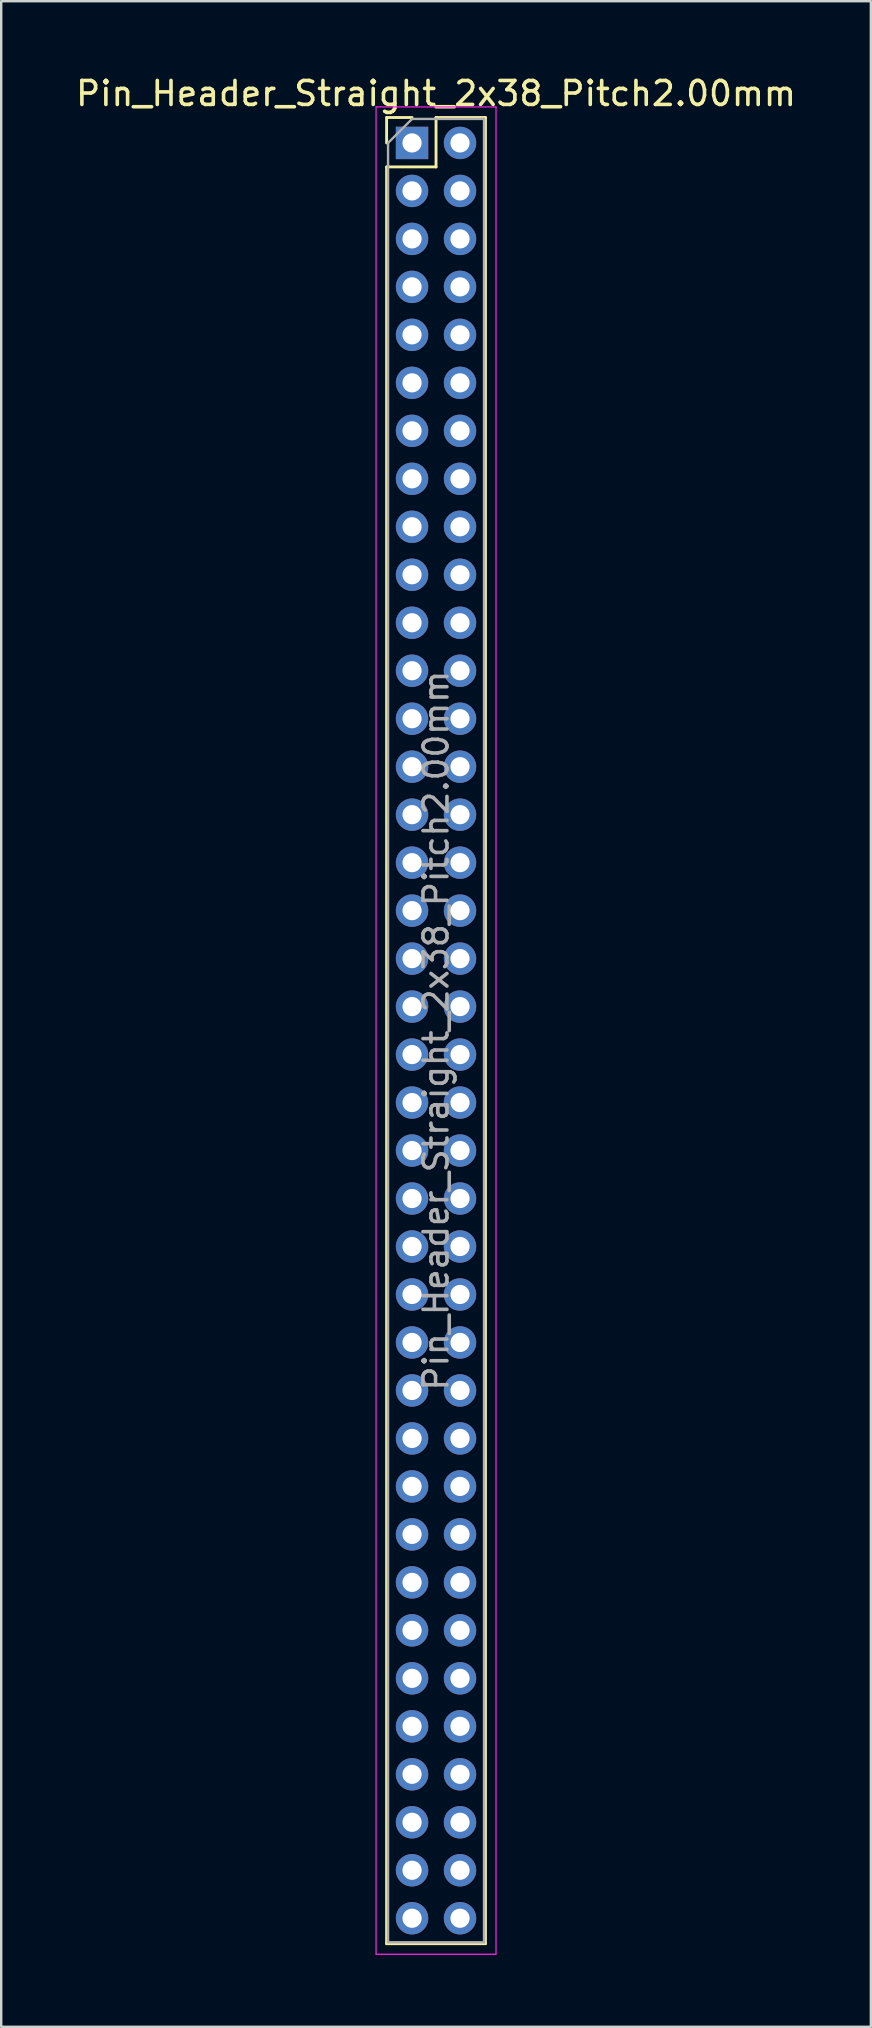
<source format=kicad_pcb>
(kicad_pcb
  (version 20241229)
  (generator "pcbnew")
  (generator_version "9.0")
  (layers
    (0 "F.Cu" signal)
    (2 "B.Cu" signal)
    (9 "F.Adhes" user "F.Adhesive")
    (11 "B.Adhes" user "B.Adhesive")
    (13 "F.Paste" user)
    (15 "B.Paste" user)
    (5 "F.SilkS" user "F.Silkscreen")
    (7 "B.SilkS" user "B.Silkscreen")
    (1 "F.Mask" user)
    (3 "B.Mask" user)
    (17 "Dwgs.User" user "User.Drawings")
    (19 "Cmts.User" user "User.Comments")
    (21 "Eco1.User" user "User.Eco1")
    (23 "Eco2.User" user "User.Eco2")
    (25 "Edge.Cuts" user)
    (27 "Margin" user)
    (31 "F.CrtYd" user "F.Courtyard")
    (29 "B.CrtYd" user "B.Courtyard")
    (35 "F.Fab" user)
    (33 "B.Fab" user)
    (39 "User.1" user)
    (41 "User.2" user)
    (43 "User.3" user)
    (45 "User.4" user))
  (footprint "Pin_Header_Straight_2x38_Pitch2.00mm"
    (layer "F.Cu")
    (at 14.125 2.908)
    (property "Reference" "Pin_Header_Straight_2x38_Pitch2.00mm" (at 1 -2.06 0) (layer "F.SilkS") (effects (font (size 1 1) (thickness 0.15))))
    (attr through_hole)
    (fp_line (start -1.06 -1.06) (end 0 -1.06) (stroke (width 0.12) (type solid)) (layer "F.SilkS"))
    (fp_line (start -1.06 0) (end -1.06 -1.06) (stroke (width 0.12) (type solid)) (layer "F.SilkS"))
    (fp_line (start -1.06 1) (end -1.06 75.06) (stroke (width 0.12) (type solid)) (layer "F.SilkS"))
    (fp_line (start -1.06 1) (end 1 1) (stroke (width 0.12) (type solid)) (layer "F.SilkS"))
    (fp_line (start -1.06 75.06) (end 3.06 75.06) (stroke (width 0.12) (type solid)) (layer "F.SilkS"))
    (fp_line (start 1 -1.06) (end 3.06 -1.06) (stroke (width 0.12) (type solid)) (layer "F.SilkS"))
    (fp_line (start 1 1) (end 1 -1.06) (stroke (width 0.12) (type solid)) (layer "F.SilkS"))
    (fp_line (start 3.06 -1.06) (end 3.06 75.06) (stroke (width 0.12) (type solid)) (layer "F.SilkS"))
    (fp_line (start -1.5 -1.5) (end -1.5 75.5) (stroke (width 0.05) (type solid)) (layer "F.CrtYd"))
    (fp_line (start -1.5 75.5) (end 3.5 75.5) (stroke (width 0.05) (type solid)) (layer "F.CrtYd"))
    (fp_line (start 3.5 -1.5) (end -1.5 -1.5) (stroke (width 0.05) (type solid)) (layer "F.CrtYd"))
    (fp_line (start 3.5 75.5) (end 3.5 -1.5) (stroke (width 0.05) (type solid)) (layer "F.CrtYd"))
    (fp_line (start -1 0) (end 0 -1) (stroke (width 0.1) (type solid)) (layer "F.Fab"))
    (fp_line (start -1 75) (end -1 0) (stroke (width 0.1) (type solid)) (layer "F.Fab"))
    (fp_line (start 0 -1) (end 3 -1) (stroke (width 0.1) (type solid)) (layer "F.Fab"))
    (fp_line (start 3 -1) (end 3 75) (stroke (width 0.1) (type solid)) (layer "F.Fab"))
    (fp_line (start 3 75) (end -1 75) (stroke (width 0.1) (type solid)) (layer "F.Fab"))
    (fp_text user "${REFERENCE}" (at 1 37 90) (layer "F.Fab") (effects (font (size 1 1) (thickness 0.15))))
    (pad "1" thru_hole rect (at 0 0) (size 1.35 1.35) (drill 0.8) (layers "*.Cu" "*.Mask"))
    (pad "2" thru_hole oval (at 2 0) (size 1.35 1.35) (drill 0.8) (layers "*.Cu" "*.Mask"))
    (pad "3" thru_hole oval (at 0 2) (size 1.35 1.35) (drill 0.8) (layers "*.Cu" "*.Mask"))
    (pad "4" thru_hole oval (at 2 2) (size 1.35 1.35) (drill 0.8) (layers "*.Cu" "*.Mask"))
    (pad "5" thru_hole oval (at 0 4) (size 1.35 1.35) (drill 0.8) (layers "*.Cu" "*.Mask"))
    (pad "6" thru_hole oval (at 2 4) (size 1.35 1.35) (drill 0.8) (layers "*.Cu" "*.Mask"))
    (pad "7" thru_hole oval (at 0 6) (size 1.35 1.35) (drill 0.8) (layers "*.Cu" "*.Mask"))
    (pad "8" thru_hole oval (at 2 6) (size 1.35 1.35) (drill 0.8) (layers "*.Cu" "*.Mask"))
    (pad "9" thru_hole oval (at 0 8) (size 1.35 1.35) (drill 0.8) (layers "*.Cu" "*.Mask"))
    (pad "10" thru_hole oval (at 2 8) (size 1.35 1.35) (drill 0.8) (layers "*.Cu" "*.Mask"))
    (pad "11" thru_hole oval (at 0 10) (size 1.35 1.35) (drill 0.8) (layers "*.Cu" "*.Mask"))
    (pad "12" thru_hole oval (at 2 10) (size 1.35 1.35) (drill 0.8) (layers "*.Cu" "*.Mask"))
    (pad "13" thru_hole oval (at 0 12) (size 1.35 1.35) (drill 0.8) (layers "*.Cu" "*.Mask"))
    (pad "14" thru_hole oval (at 2 12) (size 1.35 1.35) (drill 0.8) (layers "*.Cu" "*.Mask"))
    (pad "15" thru_hole oval (at 0 14) (size 1.35 1.35) (drill 0.8) (layers "*.Cu" "*.Mask"))
    (pad "16" thru_hole oval (at 2 14) (size 1.35 1.35) (drill 0.8) (layers "*.Cu" "*.Mask"))
    (pad "17" thru_hole oval (at 0 16) (size 1.35 1.35) (drill 0.8) (layers "*.Cu" "*.Mask"))
    (pad "18" thru_hole oval (at 2 16) (size 1.35 1.35) (drill 0.8) (layers "*.Cu" "*.Mask"))
    (pad "19" thru_hole oval (at 0 18) (size 1.35 1.35) (drill 0.8) (layers "*.Cu" "*.Mask"))
    (pad "20" thru_hole oval (at 2 18) (size 1.35 1.35) (drill 0.8) (layers "*.Cu" "*.Mask"))
    (pad "21" thru_hole oval (at 0 20) (size 1.35 1.35) (drill 0.8) (layers "*.Cu" "*.Mask"))
    (pad "22" thru_hole oval (at 2 20) (size 1.35 1.35) (drill 0.8) (layers "*.Cu" "*.Mask"))
    (pad "23" thru_hole oval (at 0 22) (size 1.35 1.35) (drill 0.8) (layers "*.Cu" "*.Mask"))
    (pad "24" thru_hole oval (at 2 22) (size 1.35 1.35) (drill 0.8) (layers "*.Cu" "*.Mask"))
    (pad "25" thru_hole oval (at 0 24) (size 1.35 1.35) (drill 0.8) (layers "*.Cu" "*.Mask"))
    (pad "26" thru_hole oval (at 2 24) (size 1.35 1.35) (drill 0.8) (layers "*.Cu" "*.Mask"))
    (pad "27" thru_hole oval (at 0 26) (size 1.35 1.35) (drill 0.8) (layers "*.Cu" "*.Mask"))
    (pad "28" thru_hole oval (at 2 26) (size 1.35 1.35) (drill 0.8) (layers "*.Cu" "*.Mask"))
    (pad "29" thru_hole oval (at 0 28) (size 1.35 1.35) (drill 0.8) (layers "*.Cu" "*.Mask"))
    (pad "30" thru_hole oval (at 2 28) (size 1.35 1.35) (drill 0.8) (layers "*.Cu" "*.Mask"))
    (pad "31" thru_hole oval (at 0 30) (size 1.35 1.35) (drill 0.8) (layers "*.Cu" "*.Mask"))
    (pad "32" thru_hole oval (at 2 30) (size 1.35 1.35) (drill 0.8) (layers "*.Cu" "*.Mask"))
    (pad "33" thru_hole oval (at 0 32) (size 1.35 1.35) (drill 0.8) (layers "*.Cu" "*.Mask"))
    (pad "34" thru_hole oval (at 2 32) (size 1.35 1.35) (drill 0.8) (layers "*.Cu" "*.Mask"))
    (pad "35" thru_hole oval (at 0 34) (size 1.35 1.35) (drill 0.8) (layers "*.Cu" "*.Mask"))
    (pad "36" thru_hole oval (at 2 34) (size 1.35 1.35) (drill 0.8) (layers "*.Cu" "*.Mask"))
    (pad "37" thru_hole oval (at 0 36) (size 1.35 1.35) (drill 0.8) (layers "*.Cu" "*.Mask"))
    (pad "38" thru_hole oval (at 2 36) (size 1.35 1.35) (drill 0.8) (layers "*.Cu" "*.Mask"))
    (pad "39" thru_hole oval (at 0 38) (size 1.35 1.35) (drill 0.8) (layers "*.Cu" "*.Mask"))
    (pad "40" thru_hole oval (at 2 38) (size 1.35 1.35) (drill 0.8) (layers "*.Cu" "*.Mask"))
    (pad "41" thru_hole oval (at 0 40) (size 1.35 1.35) (drill 0.8) (layers "*.Cu" "*.Mask"))
    (pad "42" thru_hole oval (at 2 40) (size 1.35 1.35) (drill 0.8) (layers "*.Cu" "*.Mask"))
    (pad "43" thru_hole oval (at 0 42) (size 1.35 1.35) (drill 0.8) (layers "*.Cu" "*.Mask"))
    (pad "44" thru_hole oval (at 2 42) (size 1.35 1.35) (drill 0.8) (layers "*.Cu" "*.Mask"))
    (pad "45" thru_hole oval (at 0 44) (size 1.35 1.35) (drill 0.8) (layers "*.Cu" "*.Mask"))
    (pad "46" thru_hole oval (at 2 44) (size 1.35 1.35) (drill 0.8) (layers "*.Cu" "*.Mask"))
    (pad "47" thru_hole oval (at 0 46) (size 1.35 1.35) (drill 0.8) (layers "*.Cu" "*.Mask"))
    (pad "48" thru_hole oval (at 2 46) (size 1.35 1.35) (drill 0.8) (layers "*.Cu" "*.Mask"))
    (pad "49" thru_hole oval (at 0 48) (size 1.35 1.35) (drill 0.8) (layers "*.Cu" "*.Mask"))
    (pad "50" thru_hole oval (at 2 48) (size 1.35 1.35) (drill 0.8) (layers "*.Cu" "*.Mask"))
    (pad "51" thru_hole oval (at 0 50) (size 1.35 1.35) (drill 0.8) (layers "*.Cu" "*.Mask"))
    (pad "52" thru_hole oval (at 2 50) (size 1.35 1.35) (drill 0.8) (layers "*.Cu" "*.Mask"))
    (pad "53" thru_hole oval (at 0 52) (size 1.35 1.35) (drill 0.8) (layers "*.Cu" "*.Mask"))
    (pad "54" thru_hole oval (at 2 52) (size 1.35 1.35) (drill 0.8) (layers "*.Cu" "*.Mask"))
    (pad "55" thru_hole oval (at 0 54) (size 1.35 1.35) (drill 0.8) (layers "*.Cu" "*.Mask"))
    (pad "56" thru_hole oval (at 2 54) (size 1.35 1.35) (drill 0.8) (layers "*.Cu" "*.Mask"))
    (pad "57" thru_hole oval (at 0 56) (size 1.35 1.35) (drill 0.8) (layers "*.Cu" "*.Mask"))
    (pad "58" thru_hole oval (at 2 56) (size 1.35 1.35) (drill 0.8) (layers "*.Cu" "*.Mask"))
    (pad "59" thru_hole oval (at 0 58) (size 1.35 1.35) (drill 0.8) (layers "*.Cu" "*.Mask"))
    (pad "60" thru_hole oval (at 2 58) (size 1.35 1.35) (drill 0.8) (layers "*.Cu" "*.Mask"))
    (pad "61" thru_hole oval (at 0 60) (size 1.35 1.35) (drill 0.8) (layers "*.Cu" "*.Mask"))
    (pad "62" thru_hole oval (at 2 60) (size 1.35 1.35) (drill 0.8) (layers "*.Cu" "*.Mask"))
    (pad "63" thru_hole oval (at 0 62) (size 1.35 1.35) (drill 0.8) (layers "*.Cu" "*.Mask"))
    (pad "64" thru_hole oval (at 2 62) (size 1.35 1.35) (drill 0.8) (layers "*.Cu" "*.Mask"))
    (pad "65" thru_hole oval (at 0 64) (size 1.35 1.35) (drill 0.8) (layers "*.Cu" "*.Mask"))
    (pad "66" thru_hole oval (at 2 64) (size 1.35 1.35) (drill 0.8) (layers "*.Cu" "*.Mask"))
    (pad "67" thru_hole oval (at 0 66) (size 1.35 1.35) (drill 0.8) (layers "*.Cu" "*.Mask"))
    (pad "68" thru_hole oval (at 2 66) (size 1.35 1.35) (drill 0.8) (layers "*.Cu" "*.Mask"))
    (pad "69" thru_hole oval (at 0 68) (size 1.35 1.35) (drill 0.8) (layers "*.Cu" "*.Mask"))
    (pad "70" thru_hole oval (at 2 68) (size 1.35 1.35) (drill 0.8) (layers "*.Cu" "*.Mask"))
    (pad "71" thru_hole oval (at 0 70) (size 1.35 1.35) (drill 0.8) (layers "*.Cu" "*.Mask"))
    (pad "72" thru_hole oval (at 2 70) (size 1.35 1.35) (drill 0.8) (layers "*.Cu" "*.Mask"))
    (pad "73" thru_hole oval (at 0 72) (size 1.35 1.35) (drill 0.8) (layers "*.Cu" "*.Mask"))
    (pad "74" thru_hole oval (at 2 72) (size 1.35 1.35) (drill 0.8) (layers "*.Cu" "*.Mask"))
    (pad "75" thru_hole oval (at 0 74) (size 1.35 1.35) (drill 0.8) (layers "*.Cu" "*.Mask"))
    (pad "76" thru_hole oval (at 2 74) (size 1.35 1.35) (drill 0.8) (layers "*.Cu" "*.Mask")))
  (gr_rect
    (start -3 -3)
    (end 33.25 81.433)
    (stroke (width 0.1) (type default))
    (fill no)
    (layer "Edge.Cuts")))
</source>
